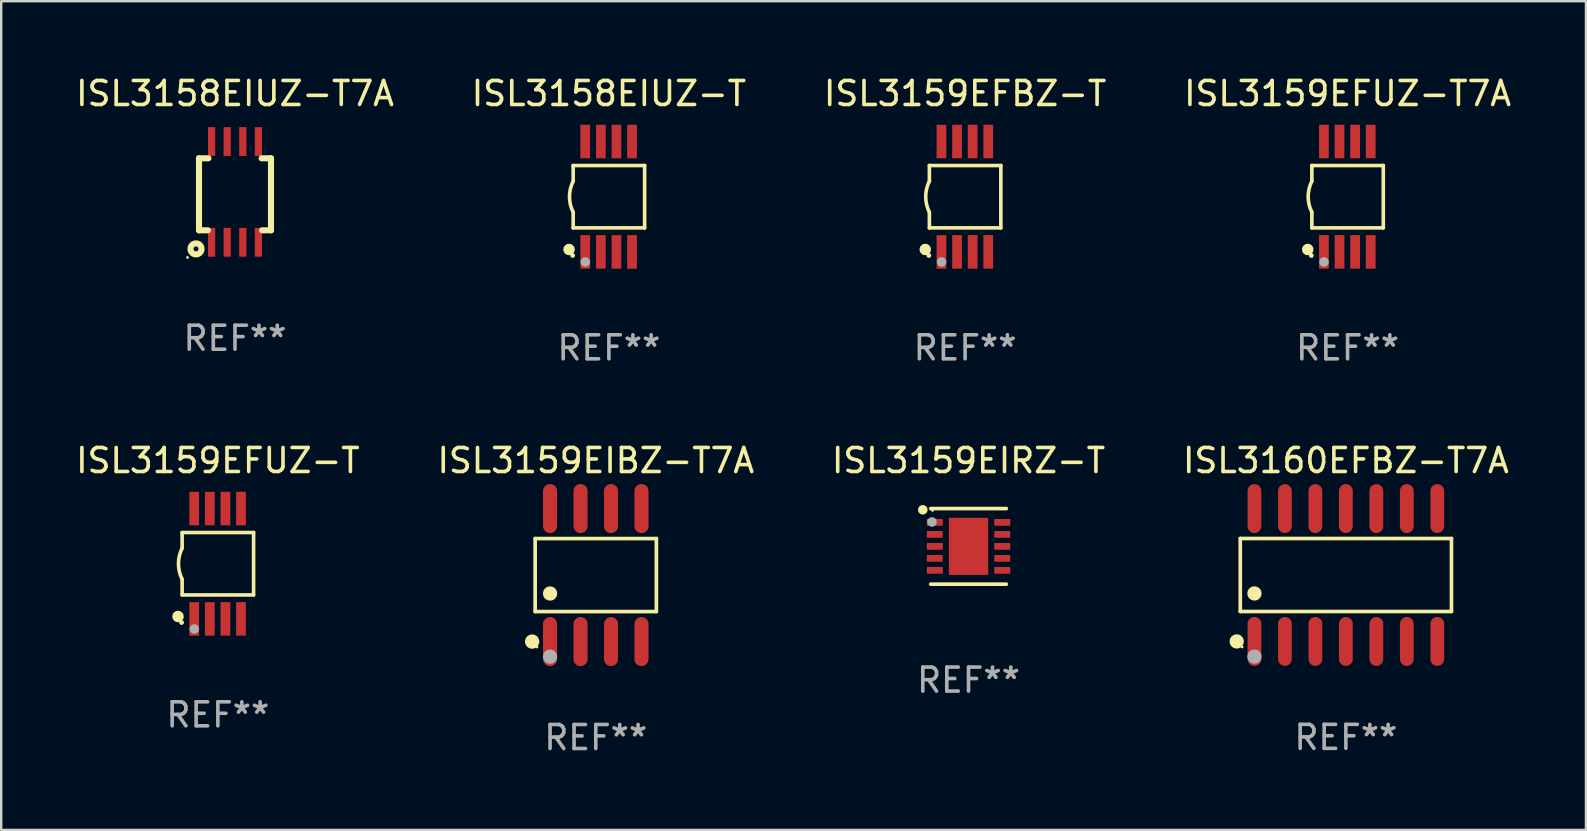
<source format=kicad_pcb>
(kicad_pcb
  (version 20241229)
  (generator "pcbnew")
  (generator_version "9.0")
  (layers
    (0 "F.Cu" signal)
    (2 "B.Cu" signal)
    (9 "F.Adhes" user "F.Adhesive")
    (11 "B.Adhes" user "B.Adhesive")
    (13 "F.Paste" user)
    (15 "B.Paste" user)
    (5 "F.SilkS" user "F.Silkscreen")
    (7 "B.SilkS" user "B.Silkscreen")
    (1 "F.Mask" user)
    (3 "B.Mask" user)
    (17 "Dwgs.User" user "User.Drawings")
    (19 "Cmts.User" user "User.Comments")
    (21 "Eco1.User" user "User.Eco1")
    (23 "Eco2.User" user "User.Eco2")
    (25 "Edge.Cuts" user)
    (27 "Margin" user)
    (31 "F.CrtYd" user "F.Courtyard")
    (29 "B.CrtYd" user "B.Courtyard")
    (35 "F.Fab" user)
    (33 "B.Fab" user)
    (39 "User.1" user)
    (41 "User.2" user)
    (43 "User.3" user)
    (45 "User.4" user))
  (footprint "ISL3158EIUZ-T"
    (layer "F.Cu")
    (at 22.327 5.148)
    (property "Reference" "ISL3158EIUZ-T" (at 0 -4.3 0) (layer "F.SilkS") (effects (font (size 1 1) (thickness 0.15))))
    (attr through_hole)
    (fp_line (start -1.489 -1.3) (end -1.489 -0.648) (stroke (width 0.15) (type solid)) (layer "F.SilkS"))
    (fp_line (start -1.489 0.648) (end -1.489 1.3) (stroke (width 0.15) (type solid)) (layer "F.SilkS"))
    (fp_line (start -1.489 1.3) (end 1.489 1.3) (stroke (width 0.15) (type solid)) (layer "F.SilkS"))
    (fp_line (start 1.489 -1.3) (end -1.489 -1.3) (stroke (width 0.15) (type solid)) (layer "F.SilkS"))
    (fp_line (start 1.489 1.3) (end 1.489 -1.3) (stroke (width 0.15) (type solid)) (layer "F.SilkS"))
    (fp_arc (start -1.489205 0.647702) (mid -1.642107 0) (end -1.489205 -0.647701) (stroke (width 0.150013) (type solid)) (layer "F.SilkS"))
    (fp_circle (center -1.661 2.2) (end -1.541 2.2) (stroke (width 0.24) (type solid)) (fill no) (layer "F.SilkS"))
    (fp_circle (center -1.511 2.45) (end -1.461 2.45) (stroke (width 0.1) (type solid)) (fill no) (layer "F.SilkS"))
    (fp_circle (center -0.981 2.72) (end -0.881 2.72) (stroke (width 0.2) (type solid)) (fill no) (layer "F.Fab"))
    (fp_text user "REF**" (at 0 6.3 0) (layer "F.Fab") (effects (font (size 1 1) (thickness 0.15))))
    (pad "1" smd rect (at -0.986 2.3) (size 0.406 1.397) (layers "F.Cu" "F.Mask" "F.Paste"))
    (pad "2" smd rect (at -0.336 2.3) (size 0.406 1.397) (layers "F.Cu" "F.Mask" "F.Paste"))
    (pad "3" smd rect (at 0.314 2.3) (size 0.406 1.397) (layers "F.Cu" "F.Mask" "F.Paste"))
    (pad "4" smd rect (at 0.964 2.3) (size 0.406 1.397) (layers "F.Cu" "F.Mask" "F.Paste"))
    (pad "5" smd rect (at 0.964 -2.3) (size 0.406 1.397) (layers "F.Cu" "F.Mask" "F.Paste"))
    (pad "6" smd rect (at 0.314 -2.3) (size 0.406 1.397) (layers "F.Cu" "F.Mask" "F.Paste"))
    (pad "7" smd rect (at -0.336 -2.3) (size 0.406 1.397) (layers "F.Cu" "F.Mask" "F.Paste"))
    (pad "8" smd rect (at -0.986 -2.3) (size 0.406 1.397) (layers "F.Cu" "F.Mask" "F.Paste")))
  (footprint "ISL3159EIRZ-T"
    (layer "F.Cu")
    (at 37.315 19.721)
    (property "Reference" "ISL3159EIRZ-T" (at 0 -3.576 0) (layer "F.SilkS") (effects (font (size 1 1) (thickness 0.15))))
    (attr through_hole)
    (fp_line (start -1.576 -1.576) (end 1.576 -1.576) (stroke (width 0.152) (type solid)) (layer "F.SilkS"))
    (fp_line (start -1.576 1.576) (end 1.576 1.576) (stroke (width 0.152) (type solid)) (layer "F.SilkS"))
    (fp_circle (center -1.905 -1.524) (end -1.805 -1.524) (stroke (width 0.2) (type solid)) (fill no) (layer "F.SilkS"))
    (fp_circle (center -1.5 -1.5) (end -1.47 -1.5) (stroke (width 0.06) (type solid)) (fill no) (layer "F.SilkS"))
    (fp_circle (center -1.524 -1.016) (end -1.424 -1.016) (stroke (width 0.2) (type solid)) (fill no) (layer "F.Fab"))
    (fp_text user "REF**" (at 0 5.576 0) (layer "F.Fab") (effects (font (size 1 1) (thickness 0.15))))
    (pad "1" smd rect (at -1.407 -1) (size 0.665 0.28) (layers "F.Cu" "F.Mask" "F.Paste"))
    (pad "2" smd rect (at -1.407 -0.5) (size 0.665 0.28) (layers "F.Cu" "F.Mask" "F.Paste"))
    (pad "3" smd rect (at -1.407 0) (size 0.665 0.28) (layers "F.Cu" "F.Mask" "F.Paste"))
    (pad "4" smd rect (at -1.407 0.5) (size 0.665 0.28) (layers "F.Cu" "F.Mask" "F.Paste"))
    (pad "5" smd rect (at -1.407 1) (size 0.665 0.28) (layers "F.Cu" "F.Mask" "F.Paste"))
    (pad "6" smd rect (at 1.407 1) (size 0.665 0.28) (layers "F.Cu" "F.Mask" "F.Paste"))
    (pad "7" smd rect (at 1.407 0.5) (size 0.665 0.28) (layers "F.Cu" "F.Mask" "F.Paste"))
    (pad "8" smd rect (at 1.407 0) (size 0.665 0.28) (layers "F.Cu" "F.Mask" "F.Paste"))
    (pad "9" smd rect (at 1.407 -0.5) (size 0.665 0.28) (layers "F.Cu" "F.Mask" "F.Paste"))
    (pad "10" smd rect (at 1.407 -1) (size 0.665 0.28) (layers "F.Cu" "F.Mask" "F.Paste"))
    (pad "11" smd rect (at 0 0) (size 1.64 2.38) (layers "F.Cu" "F.Mask" "F.Paste")))
  (footprint "ISL3160EFBZ-T7A"
    (layer "F.Cu")
    (at 53.042 20.914)
    (property "Reference" "ISL3160EFBZ-T7A" (at 0 -4.769 0) (layer "F.SilkS") (effects (font (size 1 1) (thickness 0.15))))
    (attr through_hole)
    (fp_line (start -4.401 -1.521) (end 4.401 -1.521) (stroke (width 0.152) (type solid)) (layer "F.SilkS"))
    (fp_line (start -4.401 1.521) (end -4.401 -1.521) (stroke (width 0.152) (type solid)) (layer "F.SilkS"))
    (fp_line (start 4.401 -1.521) (end 4.401 1.521) (stroke (width 0.152) (type solid)) (layer "F.SilkS"))
    (fp_line (start 4.401 1.521) (end -4.401 1.521) (stroke (width 0.152) (type solid)) (layer "F.SilkS"))
    (fp_circle (center -4.549 2.769) (end -4.399 2.769) (stroke (width 0.3) (type solid)) (fill no) (layer "F.SilkS"))
    (fp_circle (center -4.325 3) (end -4.295 3) (stroke (width 0.06) (type solid)) (fill no) (layer "F.SilkS"))
    (fp_circle (center -3.81 0.769) (end -3.66 0.769) (stroke (width 0.3) (type solid)) (fill no) (layer "F.SilkS"))
    (fp_circle (center -3.81 3.4) (end -3.66 3.4) (stroke (width 0.3) (type solid)) (fill no) (layer "F.Fab"))
    (fp_text user "REF**" (at 0 6.769 0) (layer "F.Fab") (effects (font (size 1 1) (thickness 0.15))))
    (pad "1" smd oval (at -3.81 2.769) (size 0.574 2.038) (layers "F.Cu" "F.Mask" "F.Paste"))
    (pad "2" smd oval (at -2.54 2.769) (size 0.574 2.038) (layers "F.Cu" "F.Mask" "F.Paste"))
    (pad "3" smd oval (at -1.27 2.769) (size 0.574 2.038) (layers "F.Cu" "F.Mask" "F.Paste"))
    (pad "4" smd oval (at 0 2.769) (size 0.574 2.038) (layers "F.Cu" "F.Mask" "F.Paste"))
    (pad "5" smd oval (at 1.27 2.769) (size 0.574 2.038) (layers "F.Cu" "F.Mask" "F.Paste"))
    (pad "6" smd oval (at 2.54 2.769) (size 0.574 2.038) (layers "F.Cu" "F.Mask" "F.Paste"))
    (pad "7" smd oval (at 3.81 2.769) (size 0.574 2.038) (layers "F.Cu" "F.Mask" "F.Paste"))
    (pad "8" smd oval (at 3.81 -2.769) (size 0.574 2.038) (layers "F.Cu" "F.Mask" "F.Paste"))
    (pad "9" smd oval (at 2.54 -2.769) (size 0.574 2.038) (layers "F.Cu" "F.Mask" "F.Paste"))
    (pad "10" smd oval (at 1.27 -2.769) (size 0.574 2.038) (layers "F.Cu" "F.Mask" "F.Paste"))
    (pad "11" smd oval (at 0 -2.769) (size 0.574 2.038) (layers "F.Cu" "F.Mask" "F.Paste"))
    (pad "12" smd oval (at -1.27 -2.769) (size 0.574 2.038) (layers "F.Cu" "F.Mask" "F.Paste"))
    (pad "13" smd oval (at -2.54 -2.769) (size 0.574 2.038) (layers "F.Cu" "F.Mask" "F.Paste"))
    (pad "14" smd oval (at -3.81 -2.769) (size 0.574 2.038) (layers "F.Cu" "F.Mask" "F.Paste")))
  (footprint "ISL3159EIBZ-T7A"
    (layer "F.Cu")
    (at 21.78 20.917)
    (property "Reference" "ISL3159EIBZ-T7A" (at 0 -4.772 0) (layer "F.SilkS") (effects (font (size 1 1) (thickness 0.15))))
    (attr through_hole)
    (fp_line (start -2.526 -1.521) (end 2.526 -1.521) (stroke (width 0.152) (type solid)) (layer "F.SilkS"))
    (fp_line (start -2.526 1.521) (end -2.526 -1.521) (stroke (width 0.152) (type solid)) (layer "F.SilkS"))
    (fp_line (start 2.526 -1.521) (end 2.526 1.521) (stroke (width 0.152) (type solid)) (layer "F.SilkS"))
    (fp_line (start 2.526 1.521) (end -2.526 1.521) (stroke (width 0.152) (type solid)) (layer "F.SilkS"))
    (fp_circle (center -2.652 2.772) (end -2.501 2.772) (stroke (width 0.3) (type solid)) (fill no) (layer "F.SilkS"))
    (fp_circle (center -2.45 3) (end -2.42 3) (stroke (width 0.06) (type solid)) (fill no) (layer "F.SilkS"))
    (fp_circle (center -1.905 0.769) (end -1.755 0.769) (stroke (width 0.3) (type solid)) (fill no) (layer "F.SilkS"))
    (fp_circle (center -1.905 3.4) (end -1.755 3.4) (stroke (width 0.3) (type solid)) (fill no) (layer "F.Fab"))
    (fp_text user "REF**" (at 0 6.772 0) (layer "F.Fab") (effects (font (size 1 1) (thickness 0.15))))
    (pad "1" smd oval (at -1.905 2.772) (size 0.588 2.045) (layers "F.Cu" "F.Mask" "F.Paste"))
    (pad "2" smd oval (at -0.635 2.772) (size 0.588 2.045) (layers "F.Cu" "F.Mask" "F.Paste"))
    (pad "3" smd oval (at 0.635 2.772) (size 0.588 2.045) (layers "F.Cu" "F.Mask" "F.Paste"))
    (pad "4" smd oval (at 1.905 2.772) (size 0.588 2.045) (layers "F.Cu" "F.Mask" "F.Paste"))
    (pad "5" smd oval (at 1.905 -2.772) (size 0.588 2.045) (layers "F.Cu" "F.Mask" "F.Paste"))
    (pad "6" smd oval (at 0.635 -2.772) (size 0.588 2.045) (layers "F.Cu" "F.Mask" "F.Paste"))
    (pad "7" smd oval (at -0.635 -2.772) (size 0.588 2.045) (layers "F.Cu" "F.Mask" "F.Paste"))
    (pad "8" smd oval (at -1.905 -2.772) (size 0.588 2.045) (layers "F.Cu" "F.Mask" "F.Paste")))
  (footprint "ISL3159EFUZ-T7A"
    (layer "F.Cu")
    (at 53.113 5.148)
    (property "Reference" "ISL3159EFUZ-T7A" (at 0 -4.3 0) (layer "F.SilkS") (effects (font (size 1 1) (thickness 0.15))))
    (attr through_hole)
    (fp_line (start -1.489 -1.3) (end -1.489 -0.648) (stroke (width 0.15) (type solid)) (layer "F.SilkS"))
    (fp_line (start -1.489 0.648) (end -1.489 1.3) (stroke (width 0.15) (type solid)) (layer "F.SilkS"))
    (fp_line (start -1.489 1.3) (end 1.489 1.3) (stroke (width 0.15) (type solid)) (layer "F.SilkS"))
    (fp_line (start 1.489 -1.3) (end -1.489 -1.3) (stroke (width 0.15) (type solid)) (layer "F.SilkS"))
    (fp_line (start 1.489 1.3) (end 1.489 -1.3) (stroke (width 0.15) (type solid)) (layer "F.SilkS"))
    (fp_arc (start -1.489205 0.647702) (mid -1.642107 0) (end -1.489205 -0.647701) (stroke (width 0.150013) (type solid)) (layer "F.SilkS"))
    (fp_circle (center -1.661 2.2) (end -1.541 2.2) (stroke (width 0.24) (type solid)) (fill no) (layer "F.SilkS"))
    (fp_circle (center -1.511 2.45) (end -1.461 2.45) (stroke (width 0.1) (type solid)) (fill no) (layer "F.SilkS"))
    (fp_circle (center -0.981 2.72) (end -0.881 2.72) (stroke (width 0.2) (type solid)) (fill no) (layer "F.Fab"))
    (fp_text user "REF**" (at 0 6.3 0) (layer "F.Fab") (effects (font (size 1 1) (thickness 0.15))))
    (pad "1" smd rect (at -0.986 2.3) (size 0.406 1.397) (layers "F.Cu" "F.Mask" "F.Paste"))
    (pad "2" smd rect (at -0.336 2.3) (size 0.406 1.397) (layers "F.Cu" "F.Mask" "F.Paste"))
    (pad "3" smd rect (at 0.314 2.3) (size 0.406 1.397) (layers "F.Cu" "F.Mask" "F.Paste"))
    (pad "4" smd rect (at 0.964 2.3) (size 0.406 1.397) (layers "F.Cu" "F.Mask" "F.Paste"))
    (pad "5" smd rect (at 0.964 -2.3) (size 0.406 1.397) (layers "F.Cu" "F.Mask" "F.Paste"))
    (pad "6" smd rect (at 0.314 -2.3) (size 0.406 1.397) (layers "F.Cu" "F.Mask" "F.Paste"))
    (pad "7" smd rect (at -0.336 -2.3) (size 0.406 1.397) (layers "F.Cu" "F.Mask" "F.Paste"))
    (pad "8" smd rect (at -0.986 -2.3) (size 0.406 1.397) (layers "F.Cu" "F.Mask" "F.Paste")))
  (footprint "ISL3158EIUZ-T7A"
    (layer "F.Cu")
    (at 6.744 4.948)
    (property "Reference" "ISL3158EIUZ-T7A" (at 0 -4.1 0) (layer "F.SilkS") (effects (font (size 1 1) (thickness 0.15))))
    (attr through_hole)
    (fp_line (start -1.5 -1.4) (end -1.5 1.6) (stroke (width 0.254) (type solid)) (layer "F.SilkS"))
    (fp_line (start -1.5 -1.4) (end -1.108 -1.4) (stroke (width 0.254) (type solid)) (layer "F.SilkS"))
    (fp_line (start -1.5 1.6) (end -1.131 1.6) (stroke (width 0.254) (type solid)) (layer "F.SilkS"))
    (fp_line (start 1.108 -1.4) (end 1.5 -1.4) (stroke (width 0.254) (type solid)) (layer "F.SilkS"))
    (fp_line (start 1.131 1.6) (end 1.5 1.6) (stroke (width 0.254) (type solid)) (layer "F.SilkS"))
    (fp_line (start 1.5 -1.4) (end 1.5 1.6) (stroke (width 0.254) (type solid)) (layer "F.SilkS"))
    (fp_circle (center -1.982 2.732) (end -1.952 2.732) (stroke (width 0.06) (type solid)) (fill no) (layer "F.SilkS"))
    (fp_circle (center -1.625 2.375) (end -1.395 2.375) (stroke (width 0.254) (type solid)) (fill no) (layer "F.SilkS"))
    (fp_text user "REF**" (at 0 6.1 0) (layer "F.Fab") (effects (font (size 1 1) (thickness 0.15))))
    (pad "1" smd rect (at -0.975 2.1 180) (size 0.3 1.2) (layers "F.Cu" "F.Mask" "F.Paste"))
    (pad "2" smd rect (at -0.325 2.1 180) (size 0.3 1.2) (layers "F.Cu" "F.Mask" "F.Paste"))
    (pad "3" smd rect (at 0.325 2.1 180) (size 0.3 1.2) (layers "F.Cu" "F.Mask" "F.Paste"))
    (pad "4" smd rect (at 0.975 2.1 180) (size 0.3 1.2) (layers "F.Cu" "F.Mask" "F.Paste"))
    (pad "5" smd rect (at 0.975 -2.1 180) (size 0.3 1.2) (layers "F.Cu" "F.Mask" "F.Paste"))
    (pad "6" smd rect (at 0.325 -2.1 180) (size 0.3 1.2) (layers "F.Cu" "F.Mask" "F.Paste"))
    (pad "7" smd rect (at -0.325 -2.1 180) (size 0.3 1.2) (layers "F.Cu" "F.Mask" "F.Paste"))
    (pad "8" smd rect (at -0.975 -2.1 180) (size 0.3 1.2) (layers "F.Cu" "F.Mask" "F.Paste")))
  (footprint "ISL3159EFUZ-T"
    (layer "F.Cu")
    (at 6.03 20.445)
    (property "Reference" "ISL3159EFUZ-T" (at 0 -4.3 0) (layer "F.SilkS") (effects (font (size 1 1) (thickness 0.15))))
    (attr through_hole)
    (fp_line (start -1.489 -1.3) (end -1.489 -0.648) (stroke (width 0.15) (type solid)) (layer "F.SilkS"))
    (fp_line (start -1.489 0.648) (end -1.489 1.3) (stroke (width 0.15) (type solid)) (layer "F.SilkS"))
    (fp_line (start -1.489 1.3) (end 1.489 1.3) (stroke (width 0.15) (type solid)) (layer "F.SilkS"))
    (fp_line (start 1.489 -1.3) (end -1.489 -1.3) (stroke (width 0.15) (type solid)) (layer "F.SilkS"))
    (fp_line (start 1.489 1.3) (end 1.489 -1.3) (stroke (width 0.15) (type solid)) (layer "F.SilkS"))
    (fp_arc (start -1.489205 0.647702) (mid -1.642107 0) (end -1.489205 -0.647701) (stroke (width 0.150013) (type solid)) (layer "F.SilkS"))
    (fp_circle (center -1.661 2.2) (end -1.541 2.2) (stroke (width 0.24) (type solid)) (fill no) (layer "F.SilkS"))
    (fp_circle (center -1.511 2.45) (end -1.461 2.45) (stroke (width 0.1) (type solid)) (fill no) (layer "F.SilkS"))
    (fp_circle (center -0.981 2.72) (end -0.881 2.72) (stroke (width 0.2) (type solid)) (fill no) (layer "F.Fab"))
    (fp_text user "REF**" (at 0 6.3 0) (layer "F.Fab") (effects (font (size 1 1) (thickness 0.15))))
    (pad "1" smd rect (at -0.986 2.3) (size 0.406 1.397) (layers "F.Cu" "F.Mask" "F.Paste"))
    (pad "2" smd rect (at -0.336 2.3) (size 0.406 1.397) (layers "F.Cu" "F.Mask" "F.Paste"))
    (pad "3" smd rect (at 0.314 2.3) (size 0.406 1.397) (layers "F.Cu" "F.Mask" "F.Paste"))
    (pad "4" smd rect (at 0.964 2.3) (size 0.406 1.397) (layers "F.Cu" "F.Mask" "F.Paste"))
    (pad "5" smd rect (at 0.964 -2.3) (size 0.406 1.397) (layers "F.Cu" "F.Mask" "F.Paste"))
    (pad "6" smd rect (at 0.314 -2.3) (size 0.406 1.397) (layers "F.Cu" "F.Mask" "F.Paste"))
    (pad "7" smd rect (at -0.336 -2.3) (size 0.406 1.397) (layers "F.Cu" "F.Mask" "F.Paste"))
    (pad "8" smd rect (at -0.986 -2.3) (size 0.406 1.397) (layers "F.Cu" "F.Mask" "F.Paste")))
  (footprint "ISL3159EFBZ-T"
    (layer "F.Cu")
    (at 37.173 5.148)
    (property "Reference" "ISL3159EFBZ-T" (at 0 -4.3 0) (layer "F.SilkS") (effects (font (size 1 1) (thickness 0.15))))
    (attr through_hole)
    (fp_line (start -1.489 -1.3) (end -1.489 -0.648) (stroke (width 0.15) (type solid)) (layer "F.SilkS"))
    (fp_line (start -1.489 0.648) (end -1.489 1.3) (stroke (width 0.15) (type solid)) (layer "F.SilkS"))
    (fp_line (start -1.489 1.3) (end 1.489 1.3) (stroke (width 0.15) (type solid)) (layer "F.SilkS"))
    (fp_line (start 1.489 -1.3) (end -1.489 -1.3) (stroke (width 0.15) (type solid)) (layer "F.SilkS"))
    (fp_line (start 1.489 1.3) (end 1.489 -1.3) (stroke (width 0.15) (type solid)) (layer "F.SilkS"))
    (fp_arc (start -1.489205 0.647702) (mid -1.642107 0) (end -1.489205 -0.647701) (stroke (width 0.150013) (type solid)) (layer "F.SilkS"))
    (fp_circle (center -1.661 2.2) (end -1.541 2.2) (stroke (width 0.24) (type solid)) (fill no) (layer "F.SilkS"))
    (fp_circle (center -1.511 2.45) (end -1.461 2.45) (stroke (width 0.1) (type solid)) (fill no) (layer "F.SilkS"))
    (fp_circle (center -0.981 2.72) (end -0.881 2.72) (stroke (width 0.2) (type solid)) (fill no) (layer "F.Fab"))
    (fp_text user "REF**" (at 0 6.3 0) (layer "F.Fab") (effects (font (size 1 1) (thickness 0.15))))
    (pad "1" smd rect (at -0.986 2.3) (size 0.406 1.397) (layers "F.Cu" "F.Mask" "F.Paste"))
    (pad "2" smd rect (at -0.336 2.3) (size 0.406 1.397) (layers "F.Cu" "F.Mask" "F.Paste"))
    (pad "3" smd rect (at 0.314 2.3) (size 0.406 1.397) (layers "F.Cu" "F.Mask" "F.Paste"))
    (pad "4" smd rect (at 0.964 2.3) (size 0.406 1.397) (layers "F.Cu" "F.Mask" "F.Paste"))
    (pad "5" smd rect (at 0.964 -2.3) (size 0.406 1.397) (layers "F.Cu" "F.Mask" "F.Paste"))
    (pad "6" smd rect (at 0.314 -2.3) (size 0.406 1.397) (layers "F.Cu" "F.Mask" "F.Paste"))
    (pad "7" smd rect (at -0.336 -2.3) (size 0.406 1.397) (layers "F.Cu" "F.Mask" "F.Paste"))
    (pad "8" smd rect (at -0.986 -2.3) (size 0.406 1.397) (layers "F.Cu" "F.Mask" "F.Paste")))
  (gr_rect
    (start -3 -3)
    (end 63.048 31.538)
    (stroke (width 0.1) (type default))
    (fill no)
    (layer "Edge.Cuts")))
</source>
